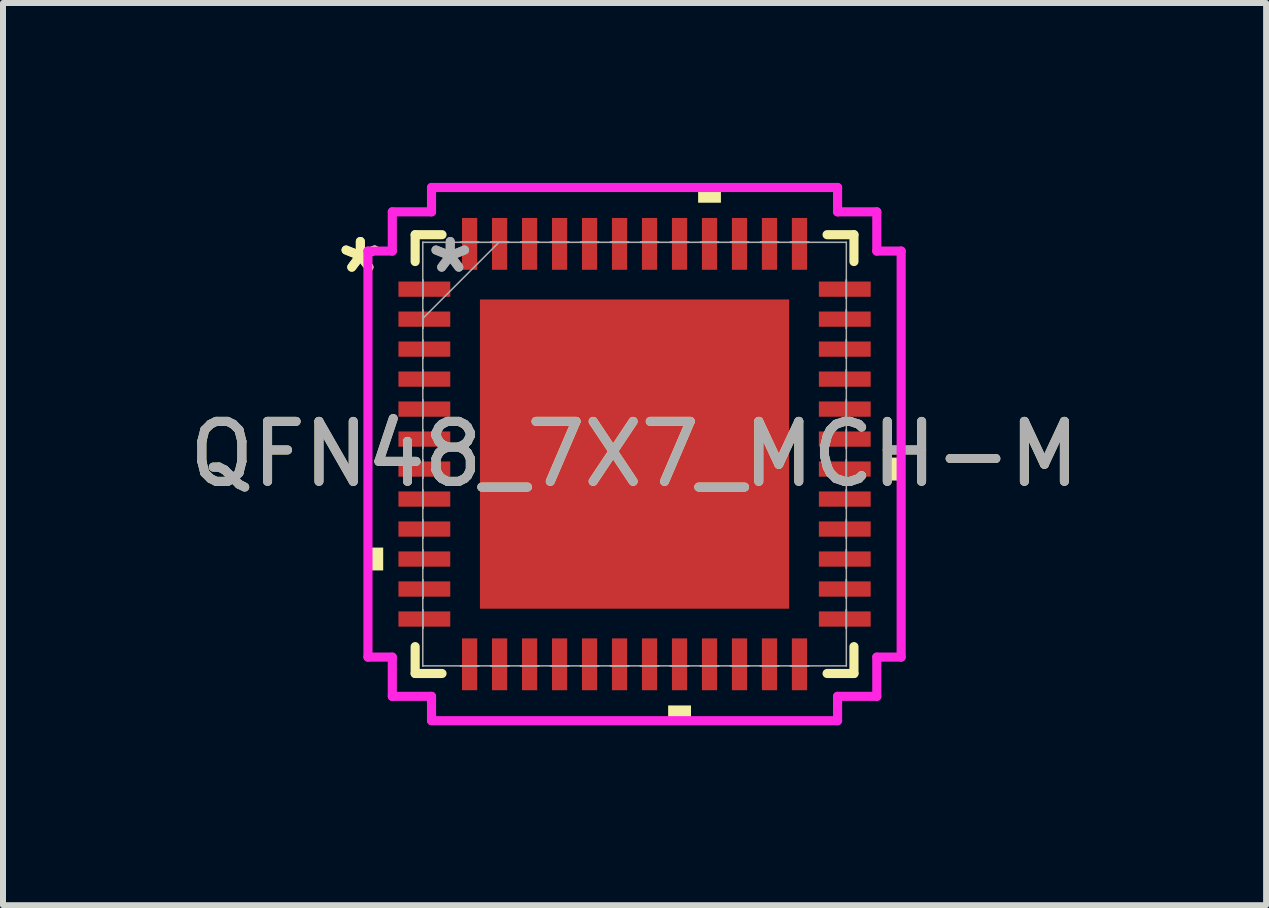
<source format=kicad_pcb>
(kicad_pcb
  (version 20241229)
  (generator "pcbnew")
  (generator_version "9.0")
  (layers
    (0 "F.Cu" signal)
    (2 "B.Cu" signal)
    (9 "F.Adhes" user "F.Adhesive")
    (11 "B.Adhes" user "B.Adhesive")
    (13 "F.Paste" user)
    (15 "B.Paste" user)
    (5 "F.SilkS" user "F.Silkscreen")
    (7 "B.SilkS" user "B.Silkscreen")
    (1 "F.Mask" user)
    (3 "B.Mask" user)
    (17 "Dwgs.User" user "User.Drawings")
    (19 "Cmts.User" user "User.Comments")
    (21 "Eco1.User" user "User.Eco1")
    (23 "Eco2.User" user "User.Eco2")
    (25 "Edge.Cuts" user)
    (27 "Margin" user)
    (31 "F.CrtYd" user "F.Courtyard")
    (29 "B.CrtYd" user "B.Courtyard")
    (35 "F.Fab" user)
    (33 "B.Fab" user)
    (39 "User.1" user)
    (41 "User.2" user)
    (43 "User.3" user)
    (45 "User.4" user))
  (footprint "QFN48_7X7_MCH-M"
    (layer "F.Cu")
    (at 7.53 4.521)
    (property "Reference" "QFN48_7X7_MCH-M" (at 0 0 0) (unlocked yes) (layer "F.SilkS") (effects (font (size 1 1) (thickness 0.15))))
    (attr smd)
    (fp_line (start -3.658 -3.658) (end -3.658 -3.21) (stroke (width 0.152) (type solid)) (layer "F.SilkS"))
    (fp_line (start -3.658 3.21) (end -3.658 3.658) (stroke (width 0.152) (type solid)) (layer "F.SilkS"))
    (fp_line (start -3.658 3.658) (end -3.21 3.658) (stroke (width 0.152) (type solid)) (layer "F.SilkS"))
    (fp_line (start -3.21 -3.658) (end -3.658 -3.658) (stroke (width 0.152) (type solid)) (layer "F.SilkS"))
    (fp_line (start 3.21 3.658) (end 3.658 3.658) (stroke (width 0.152) (type solid)) (layer "F.SilkS"))
    (fp_line (start 3.658 -3.658) (end 3.21 -3.658) (stroke (width 0.152) (type solid)) (layer "F.SilkS"))
    (fp_line (start 3.658 -3.21) (end 3.658 -3.658) (stroke (width 0.152) (type solid)) (layer "F.SilkS"))
    (fp_line (start 3.658 3.658) (end 3.658 3.21) (stroke (width 0.152) (type solid)) (layer "F.SilkS"))
    (fp_poly (pts (xy -4.445 1.559) (xy -4.445 1.94) (xy -4.191 1.94) (xy -4.191 1.559)) (stroke (width 0) (type solid)) (fill yes) (layer "F.SilkS"))
    (fp_poly (pts (xy 0.56 4.191) (xy 0.56 4.445) (xy 0.941 4.445) (xy 0.941 4.191)) (stroke (width 0) (type solid)) (fill yes) (layer "F.SilkS"))
    (fp_poly (pts (xy 1.06 -4.191) (xy 1.06 -4.445) (xy 1.44 -4.445) (xy 1.44 -4.191)) (stroke (width 0) (type solid)) (fill yes) (layer "F.SilkS"))
    (fp_poly (pts (xy 4.445 0.059) (xy 4.445 0.441) (xy 4.191 0.441) (xy 4.191 0.059)) (stroke (width 0) (type solid)) (fill yes) (layer "F.SilkS"))
    (fp_poly (pts (xy -2.478 -2.478) (xy -2.478 -1.389) (xy -1.389 -1.389) (xy -1.389 -2.478)) (stroke (width 0) (type solid)) (fill yes) (layer "F.Paste"))
    (fp_poly (pts (xy -2.478 -1.189) (xy -2.478 -0.1) (xy -1.389 -0.1) (xy -1.389 -1.189)) (stroke (width 0) (type solid)) (fill yes) (layer "F.Paste"))
    (fp_poly (pts (xy -2.478 0.1) (xy -2.478 1.189) (xy -1.389 1.189) (xy -1.389 0.1)) (stroke (width 0) (type solid)) (fill yes) (layer "F.Paste"))
    (fp_poly (pts (xy -2.478 1.389) (xy -2.478 2.478) (xy -1.389 2.478) (xy -1.389 1.389)) (stroke (width 0) (type solid)) (fill yes) (layer "F.Paste"))
    (fp_poly (pts (xy -1.189 -2.478) (xy -1.189 -1.389) (xy -0.1 -1.389) (xy -0.1 -2.478)) (stroke (width 0) (type solid)) (fill yes) (layer "F.Paste"))
    (fp_poly (pts (xy -1.189 -1.189) (xy -1.189 -0.1) (xy -0.1 -0.1) (xy -0.1 -1.189)) (stroke (width 0) (type solid)) (fill yes) (layer "F.Paste"))
    (fp_poly (pts (xy -1.189 0.1) (xy -1.189 1.189) (xy -0.1 1.189) (xy -0.1 0.1)) (stroke (width 0) (type solid)) (fill yes) (layer "F.Paste"))
    (fp_poly (pts (xy -1.189 1.389) (xy -1.189 2.478) (xy -0.1 2.478) (xy -0.1 1.389)) (stroke (width 0) (type solid)) (fill yes) (layer "F.Paste"))
    (fp_poly (pts (xy 0.1 -2.478) (xy 0.1 -1.389) (xy 1.189 -1.389) (xy 1.189 -2.478)) (stroke (width 0) (type solid)) (fill yes) (layer "F.Paste"))
    (fp_poly (pts (xy 0.1 -1.189) (xy 0.1 -0.1) (xy 1.189 -0.1) (xy 1.189 -1.189)) (stroke (width 0) (type solid)) (fill yes) (layer "F.Paste"))
    (fp_poly (pts (xy 0.1 0.1) (xy 0.1 1.189) (xy 1.189 1.189) (xy 1.189 0.1)) (stroke (width 0) (type solid)) (fill yes) (layer "F.Paste"))
    (fp_poly (pts (xy 0.1 1.389) (xy 0.1 2.478) (xy 1.189 2.478) (xy 1.189 1.389)) (stroke (width 0) (type solid)) (fill yes) (layer "F.Paste"))
    (fp_poly (pts (xy 1.389 -2.478) (xy 1.389 -1.389) (xy 2.478 -1.389) (xy 2.478 -2.478)) (stroke (width 0) (type solid)) (fill yes) (layer "F.Paste"))
    (fp_poly (pts (xy 1.389 -1.189) (xy 1.389 -0.1) (xy 2.478 -0.1) (xy 2.478 -1.189)) (stroke (width 0) (type solid)) (fill yes) (layer "F.Paste"))
    (fp_poly (pts (xy 1.389 0.1) (xy 1.389 1.189) (xy 2.478 1.189) (xy 2.478 0.1)) (stroke (width 0) (type solid)) (fill yes) (layer "F.Paste"))
    (fp_poly (pts (xy 1.389 1.389) (xy 1.389 2.478) (xy 2.478 2.478) (xy 2.478 1.389)) (stroke (width 0) (type solid)) (fill yes) (layer "F.Paste"))
    (fp_line (start -4.445 -3.385) (end -4.039 -3.385) (stroke (width 0.152) (type solid)) (layer "F.CrtYd"))
    (fp_line (start -4.445 3.385) (end -4.445 -3.385) (stroke (width 0.152) (type solid)) (layer "F.CrtYd"))
    (fp_line (start -4.039 -4.039) (end -3.385 -4.039) (stroke (width 0.152) (type solid)) (layer "F.CrtYd"))
    (fp_line (start -4.039 -3.385) (end -4.039 -4.039) (stroke (width 0.152) (type solid)) (layer "F.CrtYd"))
    (fp_line (start -4.039 3.385) (end -4.445 3.385) (stroke (width 0.152) (type solid)) (layer "F.CrtYd"))
    (fp_line (start -4.039 4.039) (end -4.039 3.385) (stroke (width 0.152) (type solid)) (layer "F.CrtYd"))
    (fp_line (start -3.385 -4.445) (end 3.385 -4.445) (stroke (width 0.152) (type solid)) (layer "F.CrtYd"))
    (fp_line (start -3.385 -4.039) (end -3.385 -4.445) (stroke (width 0.152) (type solid)) (layer "F.CrtYd"))
    (fp_line (start -3.385 4.039) (end -4.039 4.039) (stroke (width 0.152) (type solid)) (layer "F.CrtYd"))
    (fp_line (start -3.385 4.445) (end -3.385 4.039) (stroke (width 0.152) (type solid)) (layer "F.CrtYd"))
    (fp_line (start 3.385 -4.445) (end 3.385 -4.039) (stroke (width 0.152) (type solid)) (layer "F.CrtYd"))
    (fp_line (start 3.385 -4.039) (end 4.039 -4.039) (stroke (width 0.152) (type solid)) (layer "F.CrtYd"))
    (fp_line (start 3.385 4.039) (end 3.385 4.445) (stroke (width 0.152) (type solid)) (layer "F.CrtYd"))
    (fp_line (start 3.385 4.445) (end -3.385 4.445) (stroke (width 0.152) (type solid)) (layer "F.CrtYd"))
    (fp_line (start 4.039 -4.039) (end 4.039 -3.385) (stroke (width 0.152) (type solid)) (layer "F.CrtYd"))
    (fp_line (start 4.039 -3.385) (end 4.445 -3.385) (stroke (width 0.152) (type solid)) (layer "F.CrtYd"))
    (fp_line (start 4.039 3.385) (end 4.039 4.039) (stroke (width 0.152) (type solid)) (layer "F.CrtYd"))
    (fp_line (start 4.039 4.039) (end 3.385 4.039) (stroke (width 0.152) (type solid)) (layer "F.CrtYd"))
    (fp_line (start 4.445 -3.385) (end 4.445 3.385) (stroke (width 0.152) (type solid)) (layer "F.CrtYd"))
    (fp_line (start 4.445 3.385) (end 4.039 3.385) (stroke (width 0.152) (type solid)) (layer "F.CrtYd"))
    (fp_line (start -3.531 -3.531) (end -3.531 -3.531) (stroke (width 0.025) (type solid)) (layer "F.Fab"))
    (fp_line (start -3.531 -3.531) (end -3.531 3.531) (stroke (width 0.025) (type solid)) (layer "F.Fab"))
    (fp_line (start -3.531 -2.902) (end -3.531 -2.902) (stroke (width 0.025) (type solid)) (layer "F.Fab"))
    (fp_line (start -3.531 -2.902) (end -3.531 -2.598) (stroke (width 0.025) (type solid)) (layer "F.Fab"))
    (fp_line (start -3.531 -2.598) (end -3.531 -2.902) (stroke (width 0.025) (type solid)) (layer "F.Fab"))
    (fp_line (start -3.531 -2.598) (end -3.531 -2.598) (stroke (width 0.025) (type solid)) (layer "F.Fab"))
    (fp_line (start -3.531 -2.402) (end -3.531 -2.402) (stroke (width 0.025) (type solid)) (layer "F.Fab"))
    (fp_line (start -3.531 -2.402) (end -3.531 -2.098) (stroke (width 0.025) (type solid)) (layer "F.Fab"))
    (fp_line (start -3.531 -2.261) (end -2.261 -3.531) (stroke (width 0.025) (type solid)) (layer "F.Fab"))
    (fp_line (start -3.531 -2.098) (end -3.531 -2.402) (stroke (width 0.025) (type solid)) (layer "F.Fab"))
    (fp_line (start -3.531 -2.098) (end -3.531 -2.098) (stroke (width 0.025) (type solid)) (layer "F.Fab"))
    (fp_line (start -3.531 -1.902) (end -3.531 -1.902) (stroke (width 0.025) (type solid)) (layer "F.Fab"))
    (fp_line (start -3.531 -1.902) (end -3.531 -1.598) (stroke (width 0.025) (type solid)) (layer "F.Fab"))
    (fp_line (start -3.531 -1.598) (end -3.531 -1.902) (stroke (width 0.025) (type solid)) (layer "F.Fab"))
    (fp_line (start -3.531 -1.598) (end -3.531 -1.598) (stroke (width 0.025) (type solid)) (layer "F.Fab"))
    (fp_line (start -3.531 -1.402) (end -3.531 -1.402) (stroke (width 0.025) (type solid)) (layer "F.Fab"))
    (fp_line (start -3.531 -1.402) (end -3.531 -1.098) (stroke (width 0.025) (type solid)) (layer "F.Fab"))
    (fp_line (start -3.531 -1.098) (end -3.531 -1.402) (stroke (width 0.025) (type solid)) (layer "F.Fab"))
    (fp_line (start -3.531 -1.098) (end -3.531 -1.098) (stroke (width 0.025) (type solid)) (layer "F.Fab"))
    (fp_line (start -3.531 -0.902) (end -3.531 -0.902) (stroke (width 0.025) (type solid)) (layer "F.Fab"))
    (fp_line (start -3.531 -0.902) (end -3.531 -0.598) (stroke (width 0.025) (type solid)) (layer "F.Fab"))
    (fp_line (start -3.531 -0.598) (end -3.531 -0.902) (stroke (width 0.025) (type solid)) (layer "F.Fab"))
    (fp_line (start -3.531 -0.598) (end -3.531 -0.598) (stroke (width 0.025) (type solid)) (layer "F.Fab"))
    (fp_line (start -3.531 -0.402) (end -3.531 -0.402) (stroke (width 0.025) (type solid)) (layer "F.Fab"))
    (fp_line (start -3.531 -0.402) (end -3.531 -0.098) (stroke (width 0.025) (type solid)) (layer "F.Fab"))
    (fp_line (start -3.531 -0.098) (end -3.531 -0.402) (stroke (width 0.025) (type solid)) (layer "F.Fab"))
    (fp_line (start -3.531 -0.098) (end -3.531 -0.098) (stroke (width 0.025) (type solid)) (layer "F.Fab"))
    (fp_line (start -3.531 0.098) (end -3.531 0.098) (stroke (width 0.025) (type solid)) (layer "F.Fab"))
    (fp_line (start -3.531 0.098) (end -3.531 0.402) (stroke (width 0.025) (type solid)) (layer "F.Fab"))
    (fp_line (start -3.531 0.402) (end -3.531 0.098) (stroke (width 0.025) (type solid)) (layer "F.Fab"))
    (fp_line (start -3.531 0.402) (end -3.531 0.402) (stroke (width 0.025) (type solid)) (layer "F.Fab"))
    (fp_line (start -3.531 0.598) (end -3.531 0.598) (stroke (width 0.025) (type solid)) (layer "F.Fab"))
    (fp_line (start -3.531 0.598) (end -3.531 0.902) (stroke (width 0.025) (type solid)) (layer "F.Fab"))
    (fp_line (start -3.531 0.902) (end -3.531 0.598) (stroke (width 0.025) (type solid)) (layer "F.Fab"))
    (fp_line (start -3.531 0.902) (end -3.531 0.902) (stroke (width 0.025) (type solid)) (layer "F.Fab"))
    (fp_line (start -3.531 1.098) (end -3.531 1.098) (stroke (width 0.025) (type solid)) (layer "F.Fab"))
    (fp_line (start -3.531 1.098) (end -3.531 1.402) (stroke (width 0.025) (type solid)) (layer "F.Fab"))
    (fp_line (start -3.531 1.402) (end -3.531 1.098) (stroke (width 0.025) (type solid)) (layer "F.Fab"))
    (fp_line (start -3.531 1.402) (end -3.531 1.402) (stroke (width 0.025) (type solid)) (layer "F.Fab"))
    (fp_line (start -3.531 1.598) (end -3.531 1.598) (stroke (width 0.025) (type solid)) (layer "F.Fab"))
    (fp_line (start -3.531 1.598) (end -3.531 1.902) (stroke (width 0.025) (type solid)) (layer "F.Fab"))
    (fp_line (start -3.531 1.902) (end -3.531 1.598) (stroke (width 0.025) (type solid)) (layer "F.Fab"))
    (fp_line (start -3.531 1.902) (end -3.531 1.902) (stroke (width 0.025) (type solid)) (layer "F.Fab"))
    (fp_line (start -3.531 2.098) (end -3.531 2.098) (stroke (width 0.025) (type solid)) (layer "F.Fab"))
    (fp_line (start -3.531 2.098) (end -3.531 2.402) (stroke (width 0.025) (type solid)) (layer "F.Fab"))
    (fp_line (start -3.531 2.402) (end -3.531 2.098) (stroke (width 0.025) (type solid)) (layer "F.Fab"))
    (fp_line (start -3.531 2.402) (end -3.531 2.402) (stroke (width 0.025) (type solid)) (layer "F.Fab"))
    (fp_line (start -3.531 2.598) (end -3.531 2.598) (stroke (width 0.025) (type solid)) (layer "F.Fab"))
    (fp_line (start -3.531 2.598) (end -3.531 2.902) (stroke (width 0.025) (type solid)) (layer "F.Fab"))
    (fp_line (start -3.531 2.902) (end -3.531 2.598) (stroke (width 0.025) (type solid)) (layer "F.Fab"))
    (fp_line (start -3.531 2.902) (end -3.531 2.902) (stroke (width 0.025) (type solid)) (layer "F.Fab"))
    (fp_line (start -3.531 3.531) (end -3.531 3.531) (stroke (width 0.025) (type solid)) (layer "F.Fab"))
    (fp_line (start -3.531 3.531) (end 3.531 3.531) (stroke (width 0.025) (type solid)) (layer "F.Fab"))
    (fp_line (start -2.902 -3.531) (end -2.902 -3.531) (stroke (width 0.025) (type solid)) (layer "F.Fab"))
    (fp_line (start -2.902 -3.531) (end -2.598 -3.531) (stroke (width 0.025) (type solid)) (layer "F.Fab"))
    (fp_line (start -2.902 3.531) (end -2.902 3.531) (stroke (width 0.025) (type solid)) (layer "F.Fab"))
    (fp_line (start -2.902 3.531) (end -2.598 3.531) (stroke (width 0.025) (type solid)) (layer "F.Fab"))
    (fp_line (start -2.598 -3.531) (end -2.902 -3.531) (stroke (width 0.025) (type solid)) (layer "F.Fab"))
    (fp_line (start -2.598 -3.531) (end -2.598 -3.531) (stroke (width 0.025) (type solid)) (layer "F.Fab"))
    (fp_line (start -2.598 3.531) (end -2.902 3.531) (stroke (width 0.025) (type solid)) (layer "F.Fab"))
    (fp_line (start -2.598 3.531) (end -2.598 3.531) (stroke (width 0.025) (type solid)) (layer "F.Fab"))
    (fp_line (start -2.402 -3.531) (end -2.402 -3.531) (stroke (width 0.025) (type solid)) (layer "F.Fab"))
    (fp_line (start -2.402 -3.531) (end -2.098 -3.531) (stroke (width 0.025) (type solid)) (layer "F.Fab"))
    (fp_line (start -2.402 3.531) (end -2.402 3.531) (stroke (width 0.025) (type solid)) (layer "F.Fab"))
    (fp_line (start -2.402 3.531) (end -2.098 3.531) (stroke (width 0.025) (type solid)) (layer "F.Fab"))
    (fp_line (start -2.098 -3.531) (end -2.402 -3.531) (stroke (width 0.025) (type solid)) (layer "F.Fab"))
    (fp_line (start -2.098 -3.531) (end -2.098 -3.531) (stroke (width 0.025) (type solid)) (layer "F.Fab"))
    (fp_line (start -2.098 3.531) (end -2.402 3.531) (stroke (width 0.025) (type solid)) (layer "F.Fab"))
    (fp_line (start -2.098 3.531) (end -2.098 3.531) (stroke (width 0.025) (type solid)) (layer "F.Fab"))
    (fp_line (start -1.902 -3.531) (end -1.902 -3.531) (stroke (width 0.025) (type solid)) (layer "F.Fab"))
    (fp_line (start -1.902 -3.531) (end -1.598 -3.531) (stroke (width 0.025) (type solid)) (layer "F.Fab"))
    (fp_line (start -1.902 3.531) (end -1.902 3.531) (stroke (width 0.025) (type solid)) (layer "F.Fab"))
    (fp_line (start -1.902 3.531) (end -1.598 3.531) (stroke (width 0.025) (type solid)) (layer "F.Fab"))
    (fp_line (start -1.598 -3.531) (end -1.902 -3.531) (stroke (width 0.025) (type solid)) (layer "F.Fab"))
    (fp_line (start -1.598 -3.531) (end -1.598 -3.531) (stroke (width 0.025) (type solid)) (layer "F.Fab"))
    (fp_line (start -1.598 3.531) (end -1.902 3.531) (stroke (width 0.025) (type solid)) (layer "F.Fab"))
    (fp_line (start -1.598 3.531) (end -1.598 3.531) (stroke (width 0.025) (type solid)) (layer "F.Fab"))
    (fp_line (start -1.402 -3.531) (end -1.402 -3.531) (stroke (width 0.025) (type solid)) (layer "F.Fab"))
    (fp_line (start -1.402 -3.531) (end -1.098 -3.531) (stroke (width 0.025) (type solid)) (layer "F.Fab"))
    (fp_line (start -1.402 3.531) (end -1.402 3.531) (stroke (width 0.025) (type solid)) (layer "F.Fab"))
    (fp_line (start -1.402 3.531) (end -1.098 3.531) (stroke (width 0.025) (type solid)) (layer "F.Fab"))
    (fp_line (start -1.098 -3.531) (end -1.402 -3.531) (stroke (width 0.025) (type solid)) (layer "F.Fab"))
    (fp_line (start -1.098 -3.531) (end -1.098 -3.531) (stroke (width 0.025) (type solid)) (layer "F.Fab"))
    (fp_line (start -1.098 3.531) (end -1.402 3.531) (stroke (width 0.025) (type solid)) (layer "F.Fab"))
    (fp_line (start -1.098 3.531) (end -1.098 3.531) (stroke (width 0.025) (type solid)) (layer "F.Fab"))
    (fp_line (start -0.902 -3.531) (end -0.902 -3.531) (stroke (width 0.025) (type solid)) (layer "F.Fab"))
    (fp_line (start -0.902 -3.531) (end -0.598 -3.531) (stroke (width 0.025) (type solid)) (layer "F.Fab"))
    (fp_line (start -0.902 3.531) (end -0.902 3.531) (stroke (width 0.025) (type solid)) (layer "F.Fab"))
    (fp_line (start -0.902 3.531) (end -0.598 3.531) (stroke (width 0.025) (type solid)) (layer "F.Fab"))
    (fp_line (start -0.598 -3.531) (end -0.902 -3.531) (stroke (width 0.025) (type solid)) (layer "F.Fab"))
    (fp_line (start -0.598 -3.531) (end -0.598 -3.531) (stroke (width 0.025) (type solid)) (layer "F.Fab"))
    (fp_line (start -0.598 3.531) (end -0.902 3.531) (stroke (width 0.025) (type solid)) (layer "F.Fab"))
    (fp_line (start -0.598 3.531) (end -0.598 3.531) (stroke (width 0.025) (type solid)) (layer "F.Fab"))
    (fp_line (start -0.402 -3.531) (end -0.402 -3.531) (stroke (width 0.025) (type solid)) (layer "F.Fab"))
    (fp_line (start -0.402 -3.531) (end -0.098 -3.531) (stroke (width 0.025) (type solid)) (layer "F.Fab"))
    (fp_line (start -0.402 3.531) (end -0.402 3.531) (stroke (width 0.025) (type solid)) (layer "F.Fab"))
    (fp_line (start -0.402 3.531) (end -0.098 3.531) (stroke (width 0.025) (type solid)) (layer "F.Fab"))
    (fp_line (start -0.098 -3.531) (end -0.402 -3.531) (stroke (width 0.025) (type solid)) (layer "F.Fab"))
    (fp_line (start -0.098 -3.531) (end -0.098 -3.531) (stroke (width 0.025) (type solid)) (layer "F.Fab"))
    (fp_line (start -0.098 3.531) (end -0.402 3.531) (stroke (width 0.025) (type solid)) (layer "F.Fab"))
    (fp_line (start -0.098 3.531) (end -0.098 3.531) (stroke (width 0.025) (type solid)) (layer "F.Fab"))
    (fp_line (start 0.098 -3.531) (end 0.098 -3.531) (stroke (width 0.025) (type solid)) (layer "F.Fab"))
    (fp_line (start 0.098 -3.531) (end 0.402 -3.531) (stroke (width 0.025) (type solid)) (layer "F.Fab"))
    (fp_line (start 0.098 3.531) (end 0.098 3.531) (stroke (width 0.025) (type solid)) (layer "F.Fab"))
    (fp_line (start 0.098 3.531) (end 0.402 3.531) (stroke (width 0.025) (type solid)) (layer "F.Fab"))
    (fp_line (start 0.402 -3.531) (end 0.098 -3.531) (stroke (width 0.025) (type solid)) (layer "F.Fab"))
    (fp_line (start 0.402 -3.531) (end 0.402 -3.531) (stroke (width 0.025) (type solid)) (layer "F.Fab"))
    (fp_line (start 0.402 3.531) (end 0.098 3.531) (stroke (width 0.025) (type solid)) (layer "F.Fab"))
    (fp_line (start 0.402 3.531) (end 0.402 3.531) (stroke (width 0.025) (type solid)) (layer "F.Fab"))
    (fp_line (start 0.598 -3.531) (end 0.598 -3.531) (stroke (width 0.025) (type solid)) (layer "F.Fab"))
    (fp_line (start 0.598 -3.531) (end 0.902 -3.531) (stroke (width 0.025) (type solid)) (layer "F.Fab"))
    (fp_line (start 0.598 3.531) (end 0.598 3.531) (stroke (width 0.025) (type solid)) (layer "F.Fab"))
    (fp_line (start 0.598 3.531) (end 0.902 3.531) (stroke (width 0.025) (type solid)) (layer "F.Fab"))
    (fp_line (start 0.902 -3.531) (end 0.598 -3.531) (stroke (width 0.025) (type solid)) (layer "F.Fab"))
    (fp_line (start 0.902 -3.531) (end 0.902 -3.531) (stroke (width 0.025) (type solid)) (layer "F.Fab"))
    (fp_line (start 0.902 3.531) (end 0.598 3.531) (stroke (width 0.025) (type solid)) (layer "F.Fab"))
    (fp_line (start 0.902 3.531) (end 0.902 3.531) (stroke (width 0.025) (type solid)) (layer "F.Fab"))
    (fp_line (start 1.098 -3.531) (end 1.098 -3.531) (stroke (width 0.025) (type solid)) (layer "F.Fab"))
    (fp_line (start 1.098 -3.531) (end 1.402 -3.531) (stroke (width 0.025) (type solid)) (layer "F.Fab"))
    (fp_line (start 1.098 3.531) (end 1.098 3.531) (stroke (width 0.025) (type solid)) (layer "F.Fab"))
    (fp_line (start 1.098 3.531) (end 1.402 3.531) (stroke (width 0.025) (type solid)) (layer "F.Fab"))
    (fp_line (start 1.402 -3.531) (end 1.098 -3.531) (stroke (width 0.025) (type solid)) (layer "F.Fab"))
    (fp_line (start 1.402 -3.531) (end 1.402 -3.531) (stroke (width 0.025) (type solid)) (layer "F.Fab"))
    (fp_line (start 1.402 3.531) (end 1.098 3.531) (stroke (width 0.025) (type solid)) (layer "F.Fab"))
    (fp_line (start 1.402 3.531) (end 1.402 3.531) (stroke (width 0.025) (type solid)) (layer "F.Fab"))
    (fp_line (start 1.598 -3.531) (end 1.598 -3.531) (stroke (width 0.025) (type solid)) (layer "F.Fab"))
    (fp_line (start 1.598 -3.531) (end 1.902 -3.531) (stroke (width 0.025) (type solid)) (layer "F.Fab"))
    (fp_line (start 1.598 3.531) (end 1.598 3.531) (stroke (width 0.025) (type solid)) (layer "F.Fab"))
    (fp_line (start 1.598 3.531) (end 1.902 3.531) (stroke (width 0.025) (type solid)) (layer "F.Fab"))
    (fp_line (start 1.902 -3.531) (end 1.598 -3.531) (stroke (width 0.025) (type solid)) (layer "F.Fab"))
    (fp_line (start 1.902 -3.531) (end 1.902 -3.531) (stroke (width 0.025) (type solid)) (layer "F.Fab"))
    (fp_line (start 1.902 3.531) (end 1.598 3.531) (stroke (width 0.025) (type solid)) (layer "F.Fab"))
    (fp_line (start 1.902 3.531) (end 1.902 3.531) (stroke (width 0.025) (type solid)) (layer "F.Fab"))
    (fp_line (start 2.098 -3.531) (end 2.098 -3.531) (stroke (width 0.025) (type solid)) (layer "F.Fab"))
    (fp_line (start 2.098 -3.531) (end 2.402 -3.531) (stroke (width 0.025) (type solid)) (layer "F.Fab"))
    (fp_line (start 2.098 3.531) (end 2.098 3.531) (stroke (width 0.025) (type solid)) (layer "F.Fab"))
    (fp_line (start 2.098 3.531) (end 2.402 3.531) (stroke (width 0.025) (type solid)) (layer "F.Fab"))
    (fp_line (start 2.402 -3.531) (end 2.098 -3.531) (stroke (width 0.025) (type solid)) (layer "F.Fab"))
    (fp_line (start 2.402 -3.531) (end 2.402 -3.531) (stroke (width 0.025) (type solid)) (layer "F.Fab"))
    (fp_line (start 2.402 3.531) (end 2.098 3.531) (stroke (width 0.025) (type solid)) (layer "F.Fab"))
    (fp_line (start 2.402 3.531) (end 2.402 3.531) (stroke (width 0.025) (type solid)) (layer "F.Fab"))
    (fp_line (start 2.598 -3.531) (end 2.598 -3.531) (stroke (width 0.025) (type solid)) (layer "F.Fab"))
    (fp_line (start 2.598 -3.531) (end 2.902 -3.531) (stroke (width 0.025) (type solid)) (layer "F.Fab"))
    (fp_line (start 2.598 3.531) (end 2.598 3.531) (stroke (width 0.025) (type solid)) (layer "F.Fab"))
    (fp_line (start 2.598 3.531) (end 2.902 3.531) (stroke (width 0.025) (type solid)) (layer "F.Fab"))
    (fp_line (start 2.902 -3.531) (end 2.598 -3.531) (stroke (width 0.025) (type solid)) (layer "F.Fab"))
    (fp_line (start 2.902 -3.531) (end 2.902 -3.531) (stroke (width 0.025) (type solid)) (layer "F.Fab"))
    (fp_line (start 2.902 3.531) (end 2.598 3.531) (stroke (width 0.025) (type solid)) (layer "F.Fab"))
    (fp_line (start 2.902 3.531) (end 2.902 3.531) (stroke (width 0.025) (type solid)) (layer "F.Fab"))
    (fp_line (start 3.531 -3.531) (end -3.531 -3.531) (stroke (width 0.025) (type solid)) (layer "F.Fab"))
    (fp_line (start 3.531 -3.531) (end 3.531 -3.531) (stroke (width 0.025) (type solid)) (layer "F.Fab"))
    (fp_line (start 3.531 -2.902) (end 3.531 -2.902) (stroke (width 0.025) (type solid)) (layer "F.Fab"))
    (fp_line (start 3.531 -2.902) (end 3.531 -2.598) (stroke (width 0.025) (type solid)) (layer "F.Fab"))
    (fp_line (start 3.531 -2.598) (end 3.531 -2.902) (stroke (width 0.025) (type solid)) (layer "F.Fab"))
    (fp_line (start 3.531 -2.598) (end 3.531 -2.598) (stroke (width 0.025) (type solid)) (layer "F.Fab"))
    (fp_line (start 3.531 -2.402) (end 3.531 -2.402) (stroke (width 0.025) (type solid)) (layer "F.Fab"))
    (fp_line (start 3.531 -2.402) (end 3.531 -2.098) (stroke (width 0.025) (type solid)) (layer "F.Fab"))
    (fp_line (start 3.531 -2.098) (end 3.531 -2.402) (stroke (width 0.025) (type solid)) (layer "F.Fab"))
    (fp_line (start 3.531 -2.098) (end 3.531 -2.098) (stroke (width 0.025) (type solid)) (layer "F.Fab"))
    (fp_line (start 3.531 -1.902) (end 3.531 -1.902) (stroke (width 0.025) (type solid)) (layer "F.Fab"))
    (fp_line (start 3.531 -1.902) (end 3.531 -1.598) (stroke (width 0.025) (type solid)) (layer "F.Fab"))
    (fp_line (start 3.531 -1.598) (end 3.531 -1.902) (stroke (width 0.025) (type solid)) (layer "F.Fab"))
    (fp_line (start 3.531 -1.598) (end 3.531 -1.598) (stroke (width 0.025) (type solid)) (layer "F.Fab"))
    (fp_line (start 3.531 -1.402) (end 3.531 -1.402) (stroke (width 0.025) (type solid)) (layer "F.Fab"))
    (fp_line (start 3.531 -1.402) (end 3.531 -1.098) (stroke (width 0.025) (type solid)) (layer "F.Fab"))
    (fp_line (start 3.531 -1.098) (end 3.531 -1.402) (stroke (width 0.025) (type solid)) (layer "F.Fab"))
    (fp_line (start 3.531 -1.098) (end 3.531 -1.098) (stroke (width 0.025) (type solid)) (layer "F.Fab"))
    (fp_line (start 3.531 -0.902) (end 3.531 -0.902) (stroke (width 0.025) (type solid)) (layer "F.Fab"))
    (fp_line (start 3.531 -0.902) (end 3.531 -0.598) (stroke (width 0.025) (type solid)) (layer "F.Fab"))
    (fp_line (start 3.531 -0.598) (end 3.531 -0.902) (stroke (width 0.025) (type solid)) (layer "F.Fab"))
    (fp_line (start 3.531 -0.598) (end 3.531 -0.598) (stroke (width 0.025) (type solid)) (layer "F.Fab"))
    (fp_line (start 3.531 -0.402) (end 3.531 -0.402) (stroke (width 0.025) (type solid)) (layer "F.Fab"))
    (fp_line (start 3.531 -0.402) (end 3.531 -0.098) (stroke (width 0.025) (type solid)) (layer "F.Fab"))
    (fp_line (start 3.531 -0.098) (end 3.531 -0.402) (stroke (width 0.025) (type solid)) (layer "F.Fab"))
    (fp_line (start 3.531 -0.098) (end 3.531 -0.098) (stroke (width 0.025) (type solid)) (layer "F.Fab"))
    (fp_line (start 3.531 0.098) (end 3.531 0.098) (stroke (width 0.025) (type solid)) (layer "F.Fab"))
    (fp_line (start 3.531 0.098) (end 3.531 0.402) (stroke (width 0.025) (type solid)) (layer "F.Fab"))
    (fp_line (start 3.531 0.402) (end 3.531 0.098) (stroke (width 0.025) (type solid)) (layer "F.Fab"))
    (fp_line (start 3.531 0.402) (end 3.531 0.402) (stroke (width 0.025) (type solid)) (layer "F.Fab"))
    (fp_line (start 3.531 0.598) (end 3.531 0.598) (stroke (width 0.025) (type solid)) (layer "F.Fab"))
    (fp_line (start 3.531 0.598) (end 3.531 0.902) (stroke (width 0.025) (type solid)) (layer "F.Fab"))
    (fp_line (start 3.531 0.902) (end 3.531 0.598) (stroke (width 0.025) (type solid)) (layer "F.Fab"))
    (fp_line (start 3.531 0.902) (end 3.531 0.902) (stroke (width 0.025) (type solid)) (layer "F.Fab"))
    (fp_line (start 3.531 1.098) (end 3.531 1.098) (stroke (width 0.025) (type solid)) (layer "F.Fab"))
    (fp_line (start 3.531 1.098) (end 3.531 1.402) (stroke (width 0.025) (type solid)) (layer "F.Fab"))
    (fp_line (start 3.531 1.402) (end 3.531 1.098) (stroke (width 0.025) (type solid)) (layer "F.Fab"))
    (fp_line (start 3.531 1.402) (end 3.531 1.402) (stroke (width 0.025) (type solid)) (layer "F.Fab"))
    (fp_line (start 3.531 1.598) (end 3.531 1.598) (stroke (width 0.025) (type solid)) (layer "F.Fab"))
    (fp_line (start 3.531 1.598) (end 3.531 1.902) (stroke (width 0.025) (type solid)) (layer "F.Fab"))
    (fp_line (start 3.531 1.902) (end 3.531 1.598) (stroke (width 0.025) (type solid)) (layer "F.Fab"))
    (fp_line (start 3.531 1.902) (end 3.531 1.902) (stroke (width 0.025) (type solid)) (layer "F.Fab"))
    (fp_line (start 3.531 2.098) (end 3.531 2.098) (stroke (width 0.025) (type solid)) (layer "F.Fab"))
    (fp_line (start 3.531 2.098) (end 3.531 2.402) (stroke (width 0.025) (type solid)) (layer "F.Fab"))
    (fp_line (start 3.531 2.402) (end 3.531 2.098) (stroke (width 0.025) (type solid)) (layer "F.Fab"))
    (fp_line (start 3.531 2.402) (end 3.531 2.402) (stroke (width 0.025) (type solid)) (layer "F.Fab"))
    (fp_line (start 3.531 2.598) (end 3.531 2.598) (stroke (width 0.025) (type solid)) (layer "F.Fab"))
    (fp_line (start 3.531 2.598) (end 3.531 2.902) (stroke (width 0.025) (type solid)) (layer "F.Fab"))
    (fp_line (start 3.531 2.902) (end 3.531 2.598) (stroke (width 0.025) (type solid)) (layer "F.Fab"))
    (fp_line (start 3.531 2.902) (end 3.531 2.902) (stroke (width 0.025) (type solid)) (layer "F.Fab"))
    (fp_line (start 3.531 3.531) (end 3.531 -3.531) (stroke (width 0.025) (type solid)) (layer "F.Fab"))
    (fp_line (start 3.531 3.531) (end 3.531 3.531) (stroke (width 0.025) (type solid)) (layer "F.Fab"))
    (fp_text user "*" (at -4.572 -3 0) (layer "F.SilkS") (effects (font (size 1 1) (thickness 0.15))))
    (fp_text user "*" (at -4.572 -3 0) (unlocked yes) (layer "F.SilkS") (effects (font (size 1 1) (thickness 0.15))))
    (fp_text user "${REFERENCE}" (at 0 0 0) (unlocked yes) (layer "F.Fab") (effects (font (size 1 1) (thickness 0.15))))
    (fp_text user "*" (at -3.073 -3 0) (unlocked yes) (layer "F.Fab") (effects (font (size 1 1) (thickness 0.15))))
    (fp_text user "*" (at -3.073 -3 0) (layer "F.Fab") (effects (font (size 1 1) (thickness 0.15))))
    (pad "1" smd rect (at -3.505 -2.75 90) (size 0.254 0.864) (layers "F.Cu" "F.Mask" "F.Paste"))
    (pad "2" smd rect (at -3.505 -2.25 90) (size 0.254 0.864) (layers "F.Cu" "F.Mask" "F.Paste"))
    (pad "3" smd rect (at -3.505 -1.75 90) (size 0.254 0.864) (layers "F.Cu" "F.Mask" "F.Paste"))
    (pad "4" smd rect (at -3.505 -1.25 90) (size 0.254 0.864) (layers "F.Cu" "F.Mask" "F.Paste"))
    (pad "5" smd rect (at -3.505 -0.75 90) (size 0.254 0.864) (layers "F.Cu" "F.Mask" "F.Paste"))
    (pad "6" smd rect (at -3.505 -0.25 90) (size 0.254 0.864) (layers "F.Cu" "F.Mask" "F.Paste"))
    (pad "7" smd rect (at -3.505 0.25 90) (size 0.254 0.864) (layers "F.Cu" "F.Mask" "F.Paste"))
    (pad "8" smd rect (at -3.505 0.75 90) (size 0.254 0.864) (layers "F.Cu" "F.Mask" "F.Paste"))
    (pad "9" smd rect (at -3.505 1.25 90) (size 0.254 0.864) (layers "F.Cu" "F.Mask" "F.Paste"))
    (pad "10" smd rect (at -3.505 1.75 90) (size 0.254 0.864) (layers "F.Cu" "F.Mask" "F.Paste"))
    (pad "11" smd rect (at -3.505 2.25 90) (size 0.254 0.864) (layers "F.Cu" "F.Mask" "F.Paste"))
    (pad "12" smd rect (at -3.505 2.75 90) (size 0.254 0.864) (layers "F.Cu" "F.Mask" "F.Paste"))
    (pad "13" smd rect (at -2.75 3.505) (size 0.254 0.864) (layers "F.Cu" "F.Mask" "F.Paste"))
    (pad "14" smd rect (at -2.25 3.505) (size 0.254 0.864) (layers "F.Cu" "F.Mask" "F.Paste"))
    (pad "15" smd rect (at -1.75 3.505) (size 0.254 0.864) (layers "F.Cu" "F.Mask" "F.Paste"))
    (pad "16" smd rect (at -1.25 3.505) (size 0.254 0.864) (layers "F.Cu" "F.Mask" "F.Paste"))
    (pad "17" smd rect (at -0.75 3.505) (size 0.254 0.864) (layers "F.Cu" "F.Mask" "F.Paste"))
    (pad "18" smd rect (at -0.25 3.505) (size 0.254 0.864) (layers "F.Cu" "F.Mask" "F.Paste"))
    (pad "19" smd rect (at 0.25 3.505) (size 0.254 0.864) (layers "F.Cu" "F.Mask" "F.Paste"))
    (pad "20" smd rect (at 0.75 3.505) (size 0.254 0.864) (layers "F.Cu" "F.Mask" "F.Paste"))
    (pad "21" smd rect (at 1.25 3.505) (size 0.254 0.864) (layers "F.Cu" "F.Mask" "F.Paste"))
    (pad "22" smd rect (at 1.75 3.505) (size 0.254 0.864) (layers "F.Cu" "F.Mask" "F.Paste"))
    (pad "23" smd rect (at 2.25 3.505) (size 0.254 0.864) (layers "F.Cu" "F.Mask" "F.Paste"))
    (pad "24" smd rect (at 2.75 3.505) (size 0.254 0.864) (layers "F.Cu" "F.Mask" "F.Paste"))
    (pad "25" smd rect (at 3.505 2.75 90) (size 0.254 0.864) (layers "F.Cu" "F.Mask" "F.Paste"))
    (pad "26" smd rect (at 3.505 2.25 90) (size 0.254 0.864) (layers "F.Cu" "F.Mask" "F.Paste"))
    (pad "27" smd rect (at 3.505 1.75 90) (size 0.254 0.864) (layers "F.Cu" "F.Mask" "F.Paste"))
    (pad "28" smd rect (at 3.505 1.25 90) (size 0.254 0.864) (layers "F.Cu" "F.Mask" "F.Paste"))
    (pad "29" smd rect (at 3.505 0.75 90) (size 0.254 0.864) (layers "F.Cu" "F.Mask" "F.Paste"))
    (pad "30" smd rect (at 3.505 0.25 90) (size 0.254 0.864) (layers "F.Cu" "F.Mask" "F.Paste"))
    (pad "31" smd rect (at 3.505 -0.25 90) (size 0.254 0.864) (layers "F.Cu" "F.Mask" "F.Paste"))
    (pad "32" smd rect (at 3.505 -0.75 90) (size 0.254 0.864) (layers "F.Cu" "F.Mask" "F.Paste"))
    (pad "33" smd rect (at 3.505 -1.25 90) (size 0.254 0.864) (layers "F.Cu" "F.Mask" "F.Paste"))
    (pad "34" smd rect (at 3.505 -1.75 90) (size 0.254 0.864) (layers "F.Cu" "F.Mask" "F.Paste"))
    (pad "35" smd rect (at 3.505 -2.25 90) (size 0.254 0.864) (layers "F.Cu" "F.Mask" "F.Paste"))
    (pad "36" smd rect (at 3.505 -2.75 90) (size 0.254 0.864) (layers "F.Cu" "F.Mask" "F.Paste"))
    (pad "37" smd rect (at 2.75 -3.505) (size 0.254 0.864) (layers "F.Cu" "F.Mask" "F.Paste"))
    (pad "38" smd rect (at 2.25 -3.505) (size 0.254 0.864) (layers "F.Cu" "F.Mask" "F.Paste"))
    (pad "39" smd rect (at 1.75 -3.505) (size 0.254 0.864) (layers "F.Cu" "F.Mask" "F.Paste"))
    (pad "40" smd rect (at 1.25 -3.505) (size 0.254 0.864) (layers "F.Cu" "F.Mask" "F.Paste"))
    (pad "41" smd rect (at 0.75 -3.505) (size 0.254 0.864) (layers "F.Cu" "F.Mask" "F.Paste"))
    (pad "42" smd rect (at 0.25 -3.505) (size 0.254 0.864) (layers "F.Cu" "F.Mask" "F.Paste"))
    (pad "43" smd rect (at -0.25 -3.505) (size 0.254 0.864) (layers "F.Cu" "F.Mask" "F.Paste"))
    (pad "44" smd rect (at -0.75 -3.505) (size 0.254 0.864) (layers "F.Cu" "F.Mask" "F.Paste"))
    (pad "45" smd rect (at -1.25 -3.505) (size 0.254 0.864) (layers "F.Cu" "F.Mask" "F.Paste"))
    (pad "46" smd rect (at -1.75 -3.505) (size 0.254 0.864) (layers "F.Cu" "F.Mask" "F.Paste"))
    (pad "47" smd rect (at -2.25 -3.505) (size 0.254 0.864) (layers "F.Cu" "F.Mask" "F.Paste"))
    (pad "48" smd rect (at -2.75 -3.505) (size 0.254 0.864) (layers "F.Cu" "F.Mask" "F.Paste"))
    (pad "49" smd rect (at 0 0) (size 5.156 5.156) (layers "F.Cu" "F.Mask")))
  (gr_rect
    (start -3 -3)
    (end 18.06 12.042)
    (stroke (width 0.1) (type default))
    (fill no)
    (layer "Edge.Cuts")))
</source>
